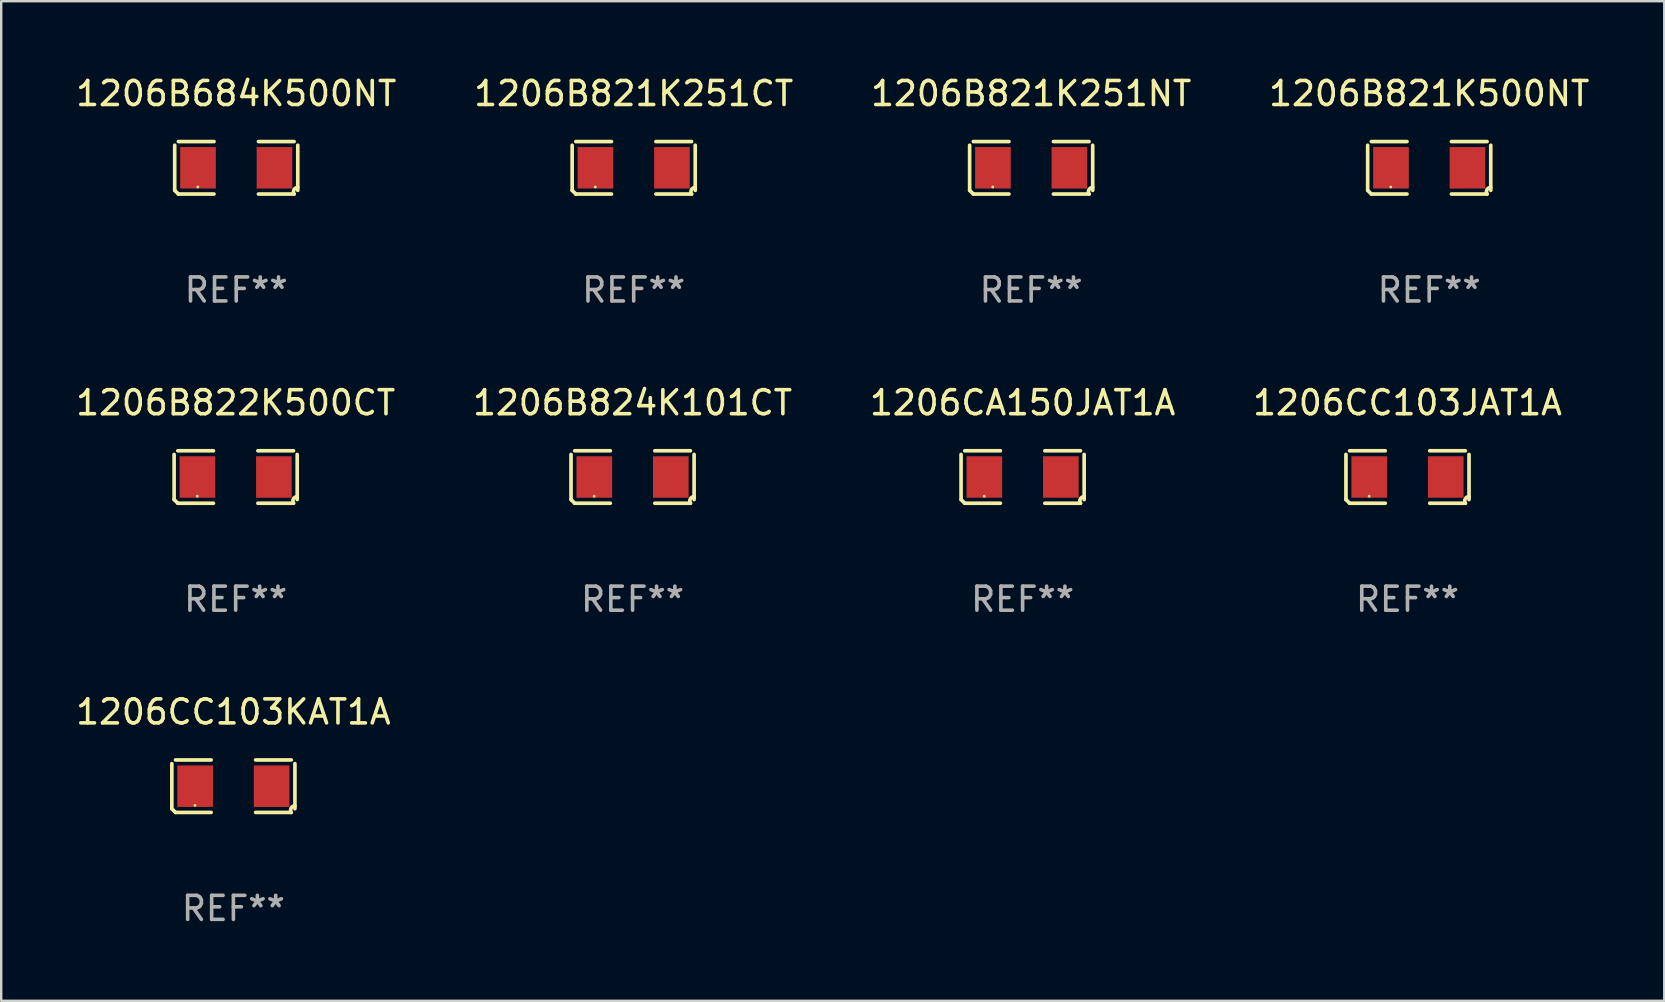
<source format=kicad_pcb>
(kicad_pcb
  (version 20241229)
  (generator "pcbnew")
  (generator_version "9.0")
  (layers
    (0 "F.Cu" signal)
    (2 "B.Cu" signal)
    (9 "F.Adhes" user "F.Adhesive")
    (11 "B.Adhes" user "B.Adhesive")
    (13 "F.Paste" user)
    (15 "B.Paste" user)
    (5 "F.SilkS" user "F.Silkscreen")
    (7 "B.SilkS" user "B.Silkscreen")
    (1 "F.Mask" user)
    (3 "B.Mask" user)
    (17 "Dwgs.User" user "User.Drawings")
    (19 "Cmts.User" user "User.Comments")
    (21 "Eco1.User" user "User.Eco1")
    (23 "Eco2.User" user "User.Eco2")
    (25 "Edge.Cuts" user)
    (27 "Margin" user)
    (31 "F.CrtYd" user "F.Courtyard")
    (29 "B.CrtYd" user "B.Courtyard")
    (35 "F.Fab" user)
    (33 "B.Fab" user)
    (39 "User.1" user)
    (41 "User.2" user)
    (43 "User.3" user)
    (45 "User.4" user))
  (footprint "1206CC103KAT1A"
    (layer "F.Cu")
    (at 6.673 29.704)
    (property "Reference" "1206CC103KAT1A" (at 0 -3.093 0) (layer "F.SilkS") (effects (font (size 1 1) (thickness 0.15))))
    (attr through_hole)
    (fp_line (start -2.564 0.94) (end -2.564 -0.94) (stroke (width 0.152) (type solid)) (layer "F.SilkS"))
    (fp_line (start -2.411 -1.093) (end -0.926 -1.093) (stroke (width 0.152) (type solid)) (layer "F.SilkS"))
    (fp_line (start -0.926 1.093) (end -2.411 1.093) (stroke (width 0.152) (type solid)) (layer "F.SilkS"))
    (fp_line (start 0.926 1.093) (end 2.411 1.093) (stroke (width 0.152) (type solid)) (layer "F.SilkS"))
    (fp_line (start 2.411 -1.093) (end 0.926 -1.093) (stroke (width 0.152) (type solid)) (layer "F.SilkS"))
    (fp_line (start 2.564 0.94) (end 2.564 -0.94) (stroke (width 0.152) (type solid)) (layer "F.SilkS"))
    (fp_arc (start -2.411201 1.092609) (mid -2.487413 1.01642) (end -2.563602 0.940208) (stroke (width 0.1524) (type solid)) (layer "F.SilkS"))
    (fp_arc (start 2.411201 1.092609) (mid 2.407159 0.911226) (end 2.563602 0.819347) (stroke (width 0.1524) (type solid)) (layer "F.SilkS"))
    (fp_circle (center -1.6 0.8) (end -1.57 0.8) (stroke (width 0.06) (type solid)) (fill no) (layer "F.SilkS"))
    (fp_text user "REF**" (at 0 5.093 0) (layer "F.Fab") (effects (font (size 1 1) (thickness 0.15))))
    (pad "1" smd rect (at -1.593 0) (size 1.485 1.728) (layers "F.Cu" "F.Mask" "F.Paste"))
    (pad "2" smd rect (at 1.593 0) (size 1.485 1.728) (layers "F.Cu" "F.Mask" "F.Paste")))
  (footprint "1206B684K500NT"
    (layer "F.Cu")
    (at 6.792 3.941)
    (property "Reference" "1206B684K500NT" (at 0 -3.093 0) (layer "F.SilkS") (effects (font (size 1 1) (thickness 0.15))))
    (attr through_hole)
    (fp_line (start -2.564 0.94) (end -2.564 -0.94) (stroke (width 0.152) (type solid)) (layer "F.SilkS"))
    (fp_line (start -2.411 -1.093) (end -0.926 -1.093) (stroke (width 0.152) (type solid)) (layer "F.SilkS"))
    (fp_line (start -0.926 1.093) (end -2.411 1.093) (stroke (width 0.152) (type solid)) (layer "F.SilkS"))
    (fp_line (start 0.926 1.093) (end 2.411 1.093) (stroke (width 0.152) (type solid)) (layer "F.SilkS"))
    (fp_line (start 2.411 -1.093) (end 0.926 -1.093) (stroke (width 0.152) (type solid)) (layer "F.SilkS"))
    (fp_line (start 2.564 0.94) (end 2.564 -0.94) (stroke (width 0.152) (type solid)) (layer "F.SilkS"))
    (fp_arc (start -2.411201 1.092609) (mid -2.487413 1.01642) (end -2.563602 0.940208) (stroke (width 0.1524) (type solid)) (layer "F.SilkS"))
    (fp_arc (start 2.411201 1.092609) (mid 2.407159 0.911226) (end 2.563602 0.819347) (stroke (width 0.1524) (type solid)) (layer "F.SilkS"))
    (fp_circle (center -1.6 0.8) (end -1.57 0.8) (stroke (width 0.06) (type solid)) (fill no) (layer "F.SilkS"))
    (fp_text user "REF**" (at 0 5.093 0) (layer "F.Fab") (effects (font (size 1 1) (thickness 0.15))))
    (pad "1" smd rect (at -1.593 0) (size 1.485 1.728) (layers "F.Cu" "F.Mask" "F.Paste"))
    (pad "2" smd rect (at 1.593 0) (size 1.485 1.728) (layers "F.Cu" "F.Mask" "F.Paste")))
  (footprint "1206B822K500CT"
    (layer "F.Cu")
    (at 6.768 16.823)
    (property "Reference" "1206B822K500CT" (at 0 -3.093 0) (layer "F.SilkS") (effects (font (size 1 1) (thickness 0.15))))
    (attr through_hole)
    (fp_line (start -2.564 0.94) (end -2.564 -0.94) (stroke (width 0.152) (type solid)) (layer "F.SilkS"))
    (fp_line (start -2.411 -1.093) (end -0.926 -1.093) (stroke (width 0.152) (type solid)) (layer "F.SilkS"))
    (fp_line (start -0.926 1.093) (end -2.411 1.093) (stroke (width 0.152) (type solid)) (layer "F.SilkS"))
    (fp_line (start 0.926 1.093) (end 2.411 1.093) (stroke (width 0.152) (type solid)) (layer "F.SilkS"))
    (fp_line (start 2.411 -1.093) (end 0.926 -1.093) (stroke (width 0.152) (type solid)) (layer "F.SilkS"))
    (fp_line (start 2.564 0.94) (end 2.564 -0.94) (stroke (width 0.152) (type solid)) (layer "F.SilkS"))
    (fp_arc (start -2.411201 1.092609) (mid -2.487413 1.01642) (end -2.563602 0.940208) (stroke (width 0.1524) (type solid)) (layer "F.SilkS"))
    (fp_arc (start 2.411201 1.092609) (mid 2.407159 0.911226) (end 2.563602 0.819347) (stroke (width 0.1524) (type solid)) (layer "F.SilkS"))
    (fp_circle (center -1.6 0.8) (end -1.57 0.8) (stroke (width 0.06) (type solid)) (fill no) (layer "F.SilkS"))
    (fp_text user "REF**" (at 0 5.093 0) (layer "F.Fab") (effects (font (size 1 1) (thickness 0.15))))
    (pad "1" smd rect (at -1.593 0) (size 1.485 1.728) (layers "F.Cu" "F.Mask" "F.Paste"))
    (pad "2" smd rect (at 1.593 0) (size 1.485 1.728) (layers "F.Cu" "F.Mask" "F.Paste")))
  (footprint "1206B821K251NT"
    (layer "F.Cu")
    (at 39.911 3.941)
    (property "Reference" "1206B821K251NT" (at 0 -3.093 0) (layer "F.SilkS") (effects (font (size 1 1) (thickness 0.15))))
    (attr through_hole)
    (fp_line (start -2.564 0.94) (end -2.564 -0.94) (stroke (width 0.152) (type solid)) (layer "F.SilkS"))
    (fp_line (start -2.411 -1.093) (end -0.926 -1.093) (stroke (width 0.152) (type solid)) (layer "F.SilkS"))
    (fp_line (start -0.926 1.093) (end -2.411 1.093) (stroke (width 0.152) (type solid)) (layer "F.SilkS"))
    (fp_line (start 0.926 1.093) (end 2.411 1.093) (stroke (width 0.152) (type solid)) (layer "F.SilkS"))
    (fp_line (start 2.411 -1.093) (end 0.926 -1.093) (stroke (width 0.152) (type solid)) (layer "F.SilkS"))
    (fp_line (start 2.564 0.94) (end 2.564 -0.94) (stroke (width 0.152) (type solid)) (layer "F.SilkS"))
    (fp_arc (start -2.411201 1.092609) (mid -2.487413 1.01642) (end -2.563602 0.940208) (stroke (width 0.1524) (type solid)) (layer "F.SilkS"))
    (fp_arc (start 2.411201 1.092609) (mid 2.407159 0.911226) (end 2.563602 0.819347) (stroke (width 0.1524) (type solid)) (layer "F.SilkS"))
    (fp_circle (center -1.6 0.8) (end -1.57 0.8) (stroke (width 0.06) (type solid)) (fill no) (layer "F.SilkS"))
    (fp_text user "REF**" (at 0 5.093 0) (layer "F.Fab") (effects (font (size 1 1) (thickness 0.15))))
    (pad "1" smd rect (at -1.593 0) (size 1.485 1.728) (layers "F.Cu" "F.Mask" "F.Paste"))
    (pad "2" smd rect (at 1.593 0) (size 1.485 1.728) (layers "F.Cu" "F.Mask" "F.Paste")))
  (footprint "1206B821K500NT"
    (layer "F.Cu")
    (at 56.494 3.941)
    (property "Reference" "1206B821K500NT" (at 0 -3.093 0) (layer "F.SilkS") (effects (font (size 1 1) (thickness 0.15))))
    (attr through_hole)
    (fp_line (start -2.564 0.94) (end -2.564 -0.94) (stroke (width 0.152) (type solid)) (layer "F.SilkS"))
    (fp_line (start -2.411 -1.093) (end -0.926 -1.093) (stroke (width 0.152) (type solid)) (layer "F.SilkS"))
    (fp_line (start -0.926 1.093) (end -2.411 1.093) (stroke (width 0.152) (type solid)) (layer "F.SilkS"))
    (fp_line (start 0.926 1.093) (end 2.411 1.093) (stroke (width 0.152) (type solid)) (layer "F.SilkS"))
    (fp_line (start 2.411 -1.093) (end 0.926 -1.093) (stroke (width 0.152) (type solid)) (layer "F.SilkS"))
    (fp_line (start 2.564 0.94) (end 2.564 -0.94) (stroke (width 0.152) (type solid)) (layer "F.SilkS"))
    (fp_arc (start -2.411201 1.092609) (mid -2.487413 1.01642) (end -2.563602 0.940208) (stroke (width 0.1524) (type solid)) (layer "F.SilkS"))
    (fp_arc (start 2.411201 1.092609) (mid 2.407159 0.911226) (end 2.563602 0.819347) (stroke (width 0.1524) (type solid)) (layer "F.SilkS"))
    (fp_circle (center -1.6 0.8) (end -1.57 0.8) (stroke (width 0.06) (type solid)) (fill no) (layer "F.SilkS"))
    (fp_text user "REF**" (at 0 5.093 0) (layer "F.Fab") (effects (font (size 1 1) (thickness 0.15))))
    (pad "1" smd rect (at -1.593 0) (size 1.485 1.728) (layers "F.Cu" "F.Mask" "F.Paste"))
    (pad "2" smd rect (at 1.593 0) (size 1.485 1.728) (layers "F.Cu" "F.Mask" "F.Paste")))
  (footprint "1206CC103JAT1A"
    (layer "F.Cu")
    (at 55.589 16.823)
    (property "Reference" "1206CC103JAT1A" (at 0 -3.093 0) (layer "F.SilkS") (effects (font (size 1 1) (thickness 0.15))))
    (attr through_hole)
    (fp_line (start -2.564 0.94) (end -2.564 -0.94) (stroke (width 0.152) (type solid)) (layer "F.SilkS"))
    (fp_line (start -2.411 -1.093) (end -0.926 -1.093) (stroke (width 0.152) (type solid)) (layer "F.SilkS"))
    (fp_line (start -0.926 1.093) (end -2.411 1.093) (stroke (width 0.152) (type solid)) (layer "F.SilkS"))
    (fp_line (start 0.926 1.093) (end 2.411 1.093) (stroke (width 0.152) (type solid)) (layer "F.SilkS"))
    (fp_line (start 2.411 -1.093) (end 0.926 -1.093) (stroke (width 0.152) (type solid)) (layer "F.SilkS"))
    (fp_line (start 2.564 0.94) (end 2.564 -0.94) (stroke (width 0.152) (type solid)) (layer "F.SilkS"))
    (fp_arc (start -2.411201 1.092609) (mid -2.487413 1.01642) (end -2.563602 0.940208) (stroke (width 0.1524) (type solid)) (layer "F.SilkS"))
    (fp_arc (start 2.411201 1.092609) (mid 2.407159 0.911226) (end 2.563602 0.819347) (stroke (width 0.1524) (type solid)) (layer "F.SilkS"))
    (fp_circle (center -1.6 0.8) (end -1.57 0.8) (stroke (width 0.06) (type solid)) (fill no) (layer "F.SilkS"))
    (fp_text user "REF**" (at 0 5.093 0) (layer "F.Fab") (effects (font (size 1 1) (thickness 0.15))))
    (pad "1" smd rect (at -1.593 0) (size 1.485 1.728) (layers "F.Cu" "F.Mask" "F.Paste"))
    (pad "2" smd rect (at 1.593 0) (size 1.485 1.728) (layers "F.Cu" "F.Mask" "F.Paste")))
  (footprint "1206B821K251CT"
    (layer "F.Cu")
    (at 23.351 3.941)
    (property "Reference" "1206B821K251CT" (at 0 -3.093 0) (layer "F.SilkS") (effects (font (size 1 1) (thickness 0.15))))
    (attr through_hole)
    (fp_line (start -2.564 0.94) (end -2.564 -0.94) (stroke (width 0.152) (type solid)) (layer "F.SilkS"))
    (fp_line (start -2.411 -1.093) (end -0.926 -1.093) (stroke (width 0.152) (type solid)) (layer "F.SilkS"))
    (fp_line (start -0.926 1.093) (end -2.411 1.093) (stroke (width 0.152) (type solid)) (layer "F.SilkS"))
    (fp_line (start 0.926 1.093) (end 2.411 1.093) (stroke (width 0.152) (type solid)) (layer "F.SilkS"))
    (fp_line (start 2.411 -1.093) (end 0.926 -1.093) (stroke (width 0.152) (type solid)) (layer "F.SilkS"))
    (fp_line (start 2.564 0.94) (end 2.564 -0.94) (stroke (width 0.152) (type solid)) (layer "F.SilkS"))
    (fp_arc (start -2.411201 1.092609) (mid -2.487413 1.01642) (end -2.563602 0.940208) (stroke (width 0.1524) (type solid)) (layer "F.SilkS"))
    (fp_arc (start 2.411201 1.092609) (mid 2.407159 0.911226) (end 2.563602 0.819347) (stroke (width 0.1524) (type solid)) (layer "F.SilkS"))
    (fp_circle (center -1.6 0.8) (end -1.57 0.8) (stroke (width 0.06) (type solid)) (fill no) (layer "F.SilkS"))
    (fp_text user "REF**" (at 0 5.093 0) (layer "F.Fab") (effects (font (size 1 1) (thickness 0.15))))
    (pad "1" smd rect (at -1.593 0) (size 1.485 1.728) (layers "F.Cu" "F.Mask" "F.Paste"))
    (pad "2" smd rect (at 1.593 0) (size 1.485 1.728) (layers "F.Cu" "F.Mask" "F.Paste")))
  (footprint "1206B824K101CT"
    (layer "F.Cu")
    (at 23.304 16.823)
    (property "Reference" "1206B824K101CT" (at 0 -3.093 0) (layer "F.SilkS") (effects (font (size 1 1) (thickness 0.15))))
    (attr through_hole)
    (fp_line (start -2.564 0.94) (end -2.564 -0.94) (stroke (width 0.152) (type solid)) (layer "F.SilkS"))
    (fp_line (start -2.411 -1.093) (end -0.926 -1.093) (stroke (width 0.152) (type solid)) (layer "F.SilkS"))
    (fp_line (start -0.926 1.093) (end -2.411 1.093) (stroke (width 0.152) (type solid)) (layer "F.SilkS"))
    (fp_line (start 0.926 1.093) (end 2.411 1.093) (stroke (width 0.152) (type solid)) (layer "F.SilkS"))
    (fp_line (start 2.411 -1.093) (end 0.926 -1.093) (stroke (width 0.152) (type solid)) (layer "F.SilkS"))
    (fp_line (start 2.564 0.94) (end 2.564 -0.94) (stroke (width 0.152) (type solid)) (layer "F.SilkS"))
    (fp_arc (start -2.411201 1.092609) (mid -2.487413 1.01642) (end -2.563602 0.940208) (stroke (width 0.1524) (type solid)) (layer "F.SilkS"))
    (fp_arc (start 2.411201 1.092609) (mid 2.407159 0.911226) (end 2.563602 0.819347) (stroke (width 0.1524) (type solid)) (layer "F.SilkS"))
    (fp_circle (center -1.6 0.8) (end -1.57 0.8) (stroke (width 0.06) (type solid)) (fill no) (layer "F.SilkS"))
    (fp_text user "REF**" (at 0 5.093 0) (layer "F.Fab") (effects (font (size 1 1) (thickness 0.15))))
    (pad "1" smd rect (at -1.593 0) (size 1.485 1.728) (layers "F.Cu" "F.Mask" "F.Paste"))
    (pad "2" smd rect (at 1.593 0) (size 1.485 1.728) (layers "F.Cu" "F.Mask" "F.Paste")))
  (footprint "1206CA150JAT1A"
    (layer "F.Cu")
    (at 39.554 16.823)
    (property "Reference" "1206CA150JAT1A" (at 0 -3.093 0) (layer "F.SilkS") (effects (font (size 1 1) (thickness 0.15))))
    (attr through_hole)
    (fp_line (start -2.564 0.94) (end -2.564 -0.94) (stroke (width 0.152) (type solid)) (layer "F.SilkS"))
    (fp_line (start -2.411 -1.093) (end -0.926 -1.093) (stroke (width 0.152) (type solid)) (layer "F.SilkS"))
    (fp_line (start -0.926 1.093) (end -2.411 1.093) (stroke (width 0.152) (type solid)) (layer "F.SilkS"))
    (fp_line (start 0.926 1.093) (end 2.411 1.093) (stroke (width 0.152) (type solid)) (layer "F.SilkS"))
    (fp_line (start 2.411 -1.093) (end 0.926 -1.093) (stroke (width 0.152) (type solid)) (layer "F.SilkS"))
    (fp_line (start 2.564 0.94) (end 2.564 -0.94) (stroke (width 0.152) (type solid)) (layer "F.SilkS"))
    (fp_arc (start -2.411201 1.092609) (mid -2.487413 1.01642) (end -2.563602 0.940208) (stroke (width 0.1524) (type solid)) (layer "F.SilkS"))
    (fp_arc (start 2.411201 1.092609) (mid 2.407159 0.911226) (end 2.563602 0.819347) (stroke (width 0.1524) (type solid)) (layer "F.SilkS"))
    (fp_circle (center -1.6 0.8) (end -1.57 0.8) (stroke (width 0.06) (type solid)) (fill no) (layer "F.SilkS"))
    (fp_text user "REF**" (at 0 5.093 0) (layer "F.Fab") (effects (font (size 1 1) (thickness 0.15))))
    (pad "1" smd rect (at -1.593 0) (size 1.485 1.728) (layers "F.Cu" "F.Mask" "F.Paste"))
    (pad "2" smd rect (at 1.593 0) (size 1.485 1.728) (layers "F.Cu" "F.Mask" "F.Paste")))
  (gr_rect
    (start -3 -3)
    (end 66.286 38.645)
    (stroke (width 0.1) (type default))
    (fill no)
    (layer "Edge.Cuts")))
</source>
